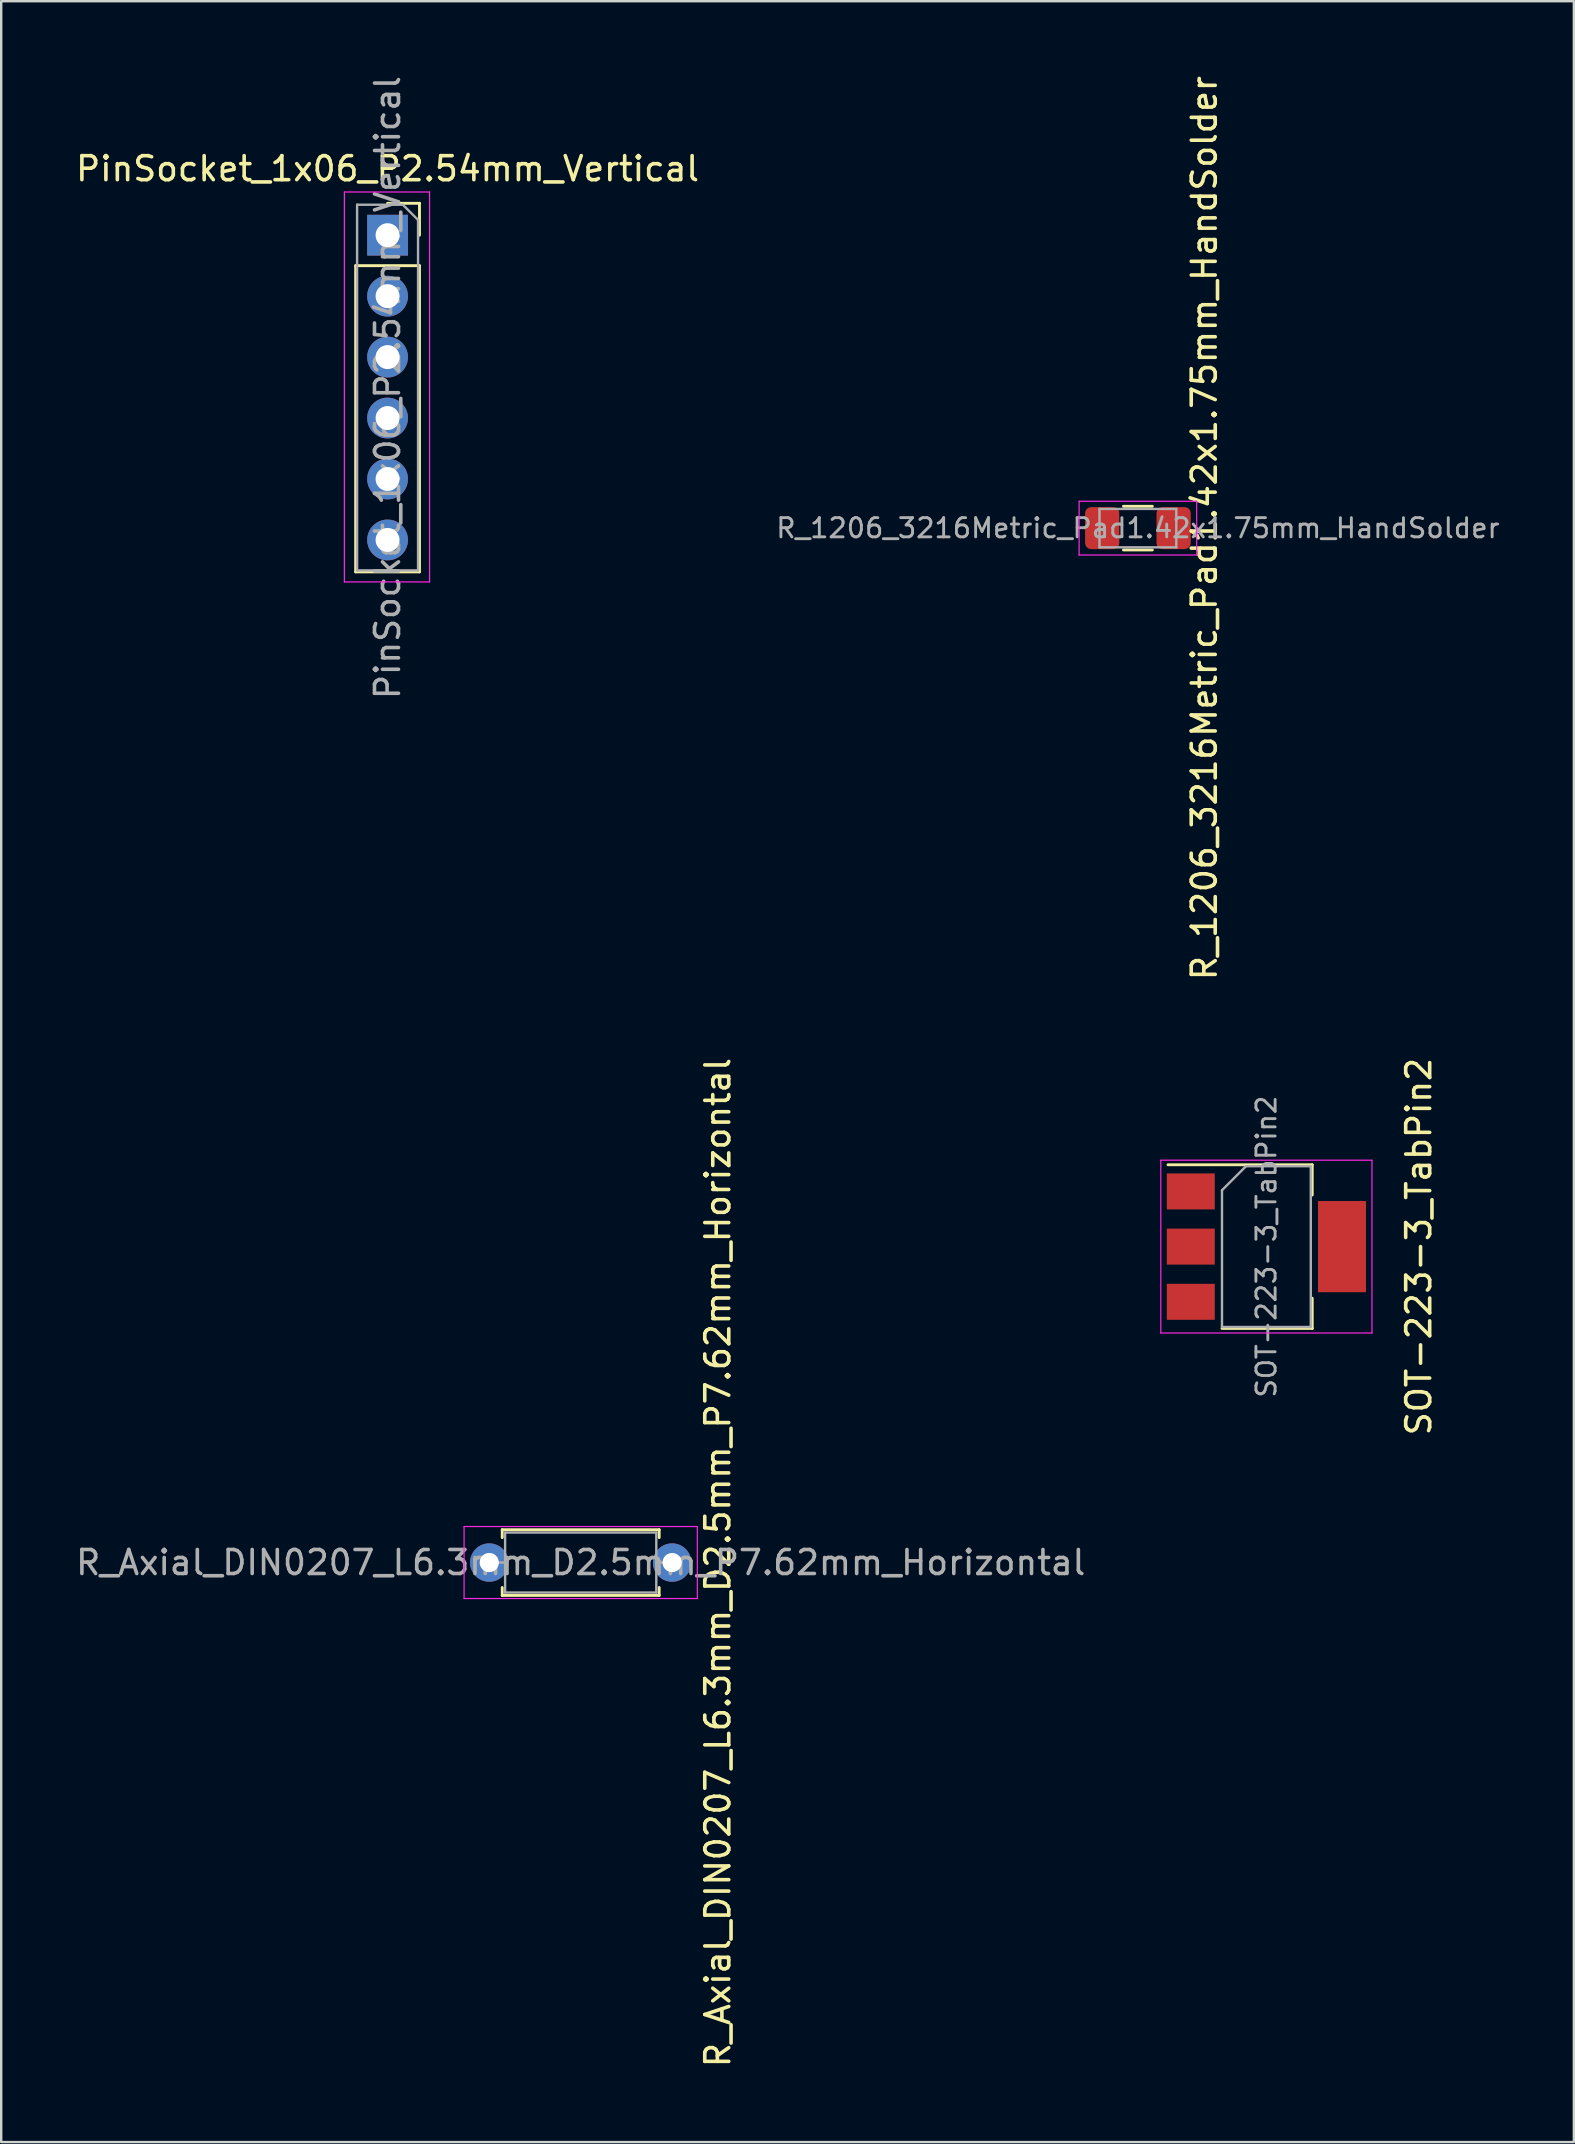
<source format=kicad_pcb>
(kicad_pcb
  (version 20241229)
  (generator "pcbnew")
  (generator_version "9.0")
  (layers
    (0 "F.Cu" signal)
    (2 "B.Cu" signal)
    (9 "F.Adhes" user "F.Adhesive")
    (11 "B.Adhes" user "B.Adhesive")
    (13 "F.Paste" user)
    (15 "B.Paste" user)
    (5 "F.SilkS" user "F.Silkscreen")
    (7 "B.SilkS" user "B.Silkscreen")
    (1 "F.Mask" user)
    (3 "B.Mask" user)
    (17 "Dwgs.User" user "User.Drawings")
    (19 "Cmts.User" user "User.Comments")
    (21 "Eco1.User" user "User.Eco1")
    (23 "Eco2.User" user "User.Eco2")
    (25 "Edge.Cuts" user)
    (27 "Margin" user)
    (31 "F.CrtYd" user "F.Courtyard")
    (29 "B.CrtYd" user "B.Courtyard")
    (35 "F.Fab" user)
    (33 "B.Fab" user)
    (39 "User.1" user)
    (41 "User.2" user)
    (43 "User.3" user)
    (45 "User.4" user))
  (footprint "SOT-223-3_TabPin2"
    (layer "F.Cu")
    (at 49.723 48.899)
    (property "Reference" "SOT-223-3_TabPin2" (at 6.35 0 270) (layer "F.SilkS") (effects (font (size 1 1) (thickness 0.15))))
    (attr smd)
    (fp_line (start -4.1 -3.41) (end 1.91 -3.41) (stroke (width 0.12) (type solid)) (layer "F.SilkS"))
    (fp_line (start -1.85 3.41) (end 1.91 3.41) (stroke (width 0.12) (type solid)) (layer "F.SilkS"))
    (fp_line (start 1.91 -3.41) (end 1.91 -2.15) (stroke (width 0.12) (type solid)) (layer "F.SilkS"))
    (fp_line (start 1.91 3.41) (end 1.91 2.15) (stroke (width 0.12) (type solid)) (layer "F.SilkS"))
    (fp_line (start -4.4 -3.6) (end -4.4 3.6) (stroke (width 0.05) (type solid)) (layer "F.CrtYd"))
    (fp_line (start -4.4 3.6) (end 4.4 3.6) (stroke (width 0.05) (type solid)) (layer "F.CrtYd"))
    (fp_line (start 4.4 -3.6) (end -4.4 -3.6) (stroke (width 0.05) (type solid)) (layer "F.CrtYd"))
    (fp_line (start 4.4 3.6) (end 4.4 -3.6) (stroke (width 0.05) (type solid)) (layer "F.CrtYd"))
    (fp_line (start -1.85 -2.35) (end -1.85 3.35) (stroke (width 0.1) (type solid)) (layer "F.Fab"))
    (fp_line (start -1.85 -2.35) (end -0.85 -3.35) (stroke (width 0.1) (type solid)) (layer "F.Fab"))
    (fp_line (start -1.85 3.35) (end 1.85 3.35) (stroke (width 0.1) (type solid)) (layer "F.Fab"))
    (fp_line (start -0.85 -3.35) (end 1.85 -3.35) (stroke (width 0.1) (type solid)) (layer "F.Fab"))
    (fp_line (start 1.85 -3.35) (end 1.85 3.35) (stroke (width 0.1) (type solid)) (layer "F.Fab"))
    (fp_text user "${REFERENCE}" (at 0 0 90) (layer "F.Fab") (effects (font (size 0.8 0.8) (thickness 0.12))))
    (pad "1" smd rect (at -3.15 -2.3) (size 2 1.5) (layers "F.Cu" "F.Mask" "F.Paste"))
    (pad "2" smd rect (at -3.15 0) (size 2 1.5) (layers "F.Cu" "F.Mask" "F.Paste"))
    (pad "2" smd rect (at 3.15 0) (size 2 3.8) (layers "F.Cu" "F.Mask" "F.Paste"))
    (pad "3" smd rect (at -3.15 2.3) (size 2 1.5) (layers "F.Cu" "F.Mask" "F.Paste")))
  (footprint "R_1206_3216Metric_Pad1.42x1.75mm_HandSolder"
    (layer "F.Cu")
    (at 44.369 18.958)
    (property "Reference" "R_1206_3216Metric_Pad1.42x1.75mm_HandSolder" (at 2.767 0 270) (layer "F.SilkS") (effects (font (size 1 1) (thickness 0.15))))
    (attr smd)
    (fp_line (start -0.602 -0.91) (end 0.602 -0.91) (stroke (width 0.12) (type solid)) (layer "F.SilkS"))
    (fp_line (start -0.602 0.91) (end 0.602 0.91) (stroke (width 0.12) (type solid)) (layer "F.SilkS"))
    (fp_line (start -2.45 -1.12) (end 2.45 -1.12) (stroke (width 0.05) (type solid)) (layer "F.CrtYd"))
    (fp_line (start -2.45 1.12) (end -2.45 -1.12) (stroke (width 0.05) (type solid)) (layer "F.CrtYd"))
    (fp_line (start 2.45 -1.12) (end 2.45 1.12) (stroke (width 0.05) (type solid)) (layer "F.CrtYd"))
    (fp_line (start 2.45 1.12) (end -2.45 1.12) (stroke (width 0.05) (type solid)) (layer "F.CrtYd"))
    (fp_line (start -1.6 -0.8) (end 1.6 -0.8) (stroke (width 0.1) (type solid)) (layer "F.Fab"))
    (fp_line (start -1.6 0.8) (end -1.6 -0.8) (stroke (width 0.1) (type solid)) (layer "F.Fab"))
    (fp_line (start 1.6 -0.8) (end 1.6 0.8) (stroke (width 0.1) (type solid)) (layer "F.Fab"))
    (fp_line (start 1.6 0.8) (end -1.6 0.8) (stroke (width 0.1) (type solid)) (layer "F.Fab"))
    (fp_text user "${REFERENCE}" (at 0 0 0) (layer "F.Fab") (effects (font (size 0.8 0.8) (thickness 0.12))))
    (pad "1" smd roundrect (at -1.488 0) (size 1.425 1.75) (layers "F.Cu" "F.Mask" "F.Paste") (roundrect_rratio 0.175))
    (pad "2" smd roundrect (at 1.488 0) (size 1.425 1.75) (layers "F.Cu" "F.Mask" "F.Paste") (roundrect_rratio 0.175)))
  (footprint "R_Axial_DIN0207_L6.3mm_D2.5mm_P7.62mm_Horizontal"
    (layer "F.Cu")
    (at 17.339 62.065)
    (property "Reference" "R_Axial_DIN0207_L6.3mm_D2.5mm_P7.62mm_Horizontal" (at 9.525 0 90) (layer "F.SilkS") (effects (font (size 1 1) (thickness 0.15))))
    (attr through_hole)
    (fp_line (start 0.54 -1.37) (end 7.08 -1.37) (stroke (width 0.12) (type solid)) (layer "F.SilkS"))
    (fp_line (start 0.54 -1.04) (end 0.54 -1.37) (stroke (width 0.12) (type solid)) (layer "F.SilkS"))
    (fp_line (start 0.54 1.04) (end 0.54 1.37) (stroke (width 0.12) (type solid)) (layer "F.SilkS"))
    (fp_line (start 0.54 1.37) (end 7.08 1.37) (stroke (width 0.12) (type solid)) (layer "F.SilkS"))
    (fp_line (start 7.08 -1.37) (end 7.08 -1.04) (stroke (width 0.12) (type solid)) (layer "F.SilkS"))
    (fp_line (start 7.08 1.37) (end 7.08 1.04) (stroke (width 0.12) (type solid)) (layer "F.SilkS"))
    (fp_line (start -1.05 -1.5) (end -1.05 1.5) (stroke (width 0.05) (type solid)) (layer "F.CrtYd"))
    (fp_line (start -1.05 1.5) (end 8.67 1.5) (stroke (width 0.05) (type solid)) (layer "F.CrtYd"))
    (fp_line (start 8.67 -1.5) (end -1.05 -1.5) (stroke (width 0.05) (type solid)) (layer "F.CrtYd"))
    (fp_line (start 8.67 1.5) (end 8.67 -1.5) (stroke (width 0.05) (type solid)) (layer "F.CrtYd"))
    (fp_line (start 0 0) (end 0.66 0) (stroke (width 0.1) (type solid)) (layer "F.Fab"))
    (fp_line (start 0.66 -1.25) (end 0.66 1.25) (stroke (width 0.1) (type solid)) (layer "F.Fab"))
    (fp_line (start 0.66 1.25) (end 6.96 1.25) (stroke (width 0.1) (type solid)) (layer "F.Fab"))
    (fp_line (start 6.96 -1.25) (end 0.66 -1.25) (stroke (width 0.1) (type solid)) (layer "F.Fab"))
    (fp_line (start 6.96 1.25) (end 6.96 -1.25) (stroke (width 0.1) (type solid)) (layer "F.Fab"))
    (fp_line (start 7.62 0) (end 6.96 0) (stroke (width 0.1) (type solid)) (layer "F.Fab"))
    (fp_text user "${REFERENCE}" (at 3.81 0 0) (layer "F.Fab") (effects (font (size 1 1) (thickness 0.15))))
    (pad "1" thru_hole circle (at 0 0) (size 1.6 1.6) (drill 0.8) (layers "*.Cu" "*.Mask"))
    (pad "2" thru_hole oval (at 7.62 0) (size 1.6 1.6) (drill 0.8) (layers "*.Cu" "*.Mask")))
  (footprint "PinSocket_1x06_P2.54mm_Vertical"
    (layer "F.Cu")
    (at 13.101 6.751)
    (property "Reference" "PinSocket_1x06_P2.54mm_Vertical" (at 0 -2.77 0) (layer "F.SilkS") (effects (font (size 1 1) (thickness 0.15))))
    (attr through_hole)
    (fp_line (start -1.33 1.27) (end -1.33 14.03) (stroke (width 0.12) (type solid)) (layer "F.SilkS"))
    (fp_line (start -1.33 1.27) (end 1.33 1.27) (stroke (width 0.12) (type solid)) (layer "F.SilkS"))
    (fp_line (start -1.33 14.03) (end 1.33 14.03) (stroke (width 0.12) (type solid)) (layer "F.SilkS"))
    (fp_line (start 0 -1.33) (end 1.33 -1.33) (stroke (width 0.12) (type solid)) (layer "F.SilkS"))
    (fp_line (start 1.33 -1.33) (end 1.33 0) (stroke (width 0.12) (type solid)) (layer "F.SilkS"))
    (fp_line (start 1.33 1.27) (end 1.33 14.03) (stroke (width 0.12) (type solid)) (layer "F.SilkS"))
    (fp_line (start -1.8 -1.8) (end 1.75 -1.8) (stroke (width 0.05) (type solid)) (layer "F.CrtYd"))
    (fp_line (start -1.8 14.45) (end -1.8 -1.8) (stroke (width 0.05) (type solid)) (layer "F.CrtYd"))
    (fp_line (start 1.75 -1.8) (end 1.75 14.45) (stroke (width 0.05) (type solid)) (layer "F.CrtYd"))
    (fp_line (start 1.75 14.45) (end -1.8 14.45) (stroke (width 0.05) (type solid)) (layer "F.CrtYd"))
    (fp_line (start -1.27 -1.27) (end 0.635 -1.27) (stroke (width 0.1) (type solid)) (layer "F.Fab"))
    (fp_line (start -1.27 13.97) (end -1.27 -1.27) (stroke (width 0.1) (type solid)) (layer "F.Fab"))
    (fp_line (start 0.635 -1.27) (end 1.27 -0.635) (stroke (width 0.1) (type solid)) (layer "F.Fab"))
    (fp_line (start 1.27 -0.635) (end 1.27 13.97) (stroke (width 0.1) (type solid)) (layer "F.Fab"))
    (fp_line (start 1.27 13.97) (end -1.27 13.97) (stroke (width 0.1) (type solid)) (layer "F.Fab"))
    (fp_text user "${REFERENCE}" (at 0 6.35 270) (layer "F.Fab") (effects (font (size 1 1) (thickness 0.15))))
    (pad "1" thru_hole rect (at 0 0) (size 1.7 1.7) (drill 1) (layers "*.Cu" "*.Mask"))
    (pad "2" thru_hole oval (at 0 2.54) (size 1.7 1.7) (drill 1) (layers "*.Cu" "*.Mask"))
    (pad "3" thru_hole oval (at 0 5.08) (size 1.7 1.7) (drill 1) (layers "*.Cu" "*.Mask"))
    (pad "4" thru_hole oval (at 0 7.62) (size 1.7 1.7) (drill 1) (layers "*.Cu" "*.Mask"))
    (pad "5" thru_hole oval (at 0 10.16) (size 1.7 1.7) (drill 1) (layers "*.Cu" "*.Mask"))
    (pad "6" thru_hole oval (at 0 12.7) (size 1.7 1.7) (drill 1) (layers "*.Cu" "*.Mask")))
  (gr_rect
    (start -3 -3)
    (end 62.536 86.214)
    (stroke (width 0.1) (type default))
    (fill no)
    (layer "Edge.Cuts")))
</source>
